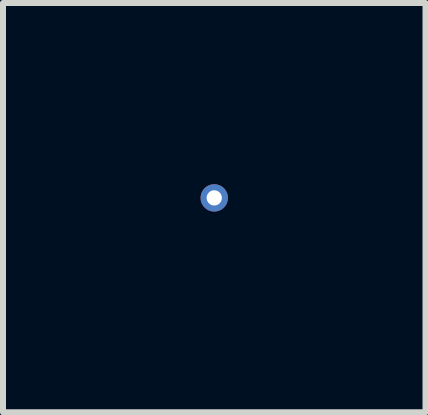
<source format=kicad_pcb>
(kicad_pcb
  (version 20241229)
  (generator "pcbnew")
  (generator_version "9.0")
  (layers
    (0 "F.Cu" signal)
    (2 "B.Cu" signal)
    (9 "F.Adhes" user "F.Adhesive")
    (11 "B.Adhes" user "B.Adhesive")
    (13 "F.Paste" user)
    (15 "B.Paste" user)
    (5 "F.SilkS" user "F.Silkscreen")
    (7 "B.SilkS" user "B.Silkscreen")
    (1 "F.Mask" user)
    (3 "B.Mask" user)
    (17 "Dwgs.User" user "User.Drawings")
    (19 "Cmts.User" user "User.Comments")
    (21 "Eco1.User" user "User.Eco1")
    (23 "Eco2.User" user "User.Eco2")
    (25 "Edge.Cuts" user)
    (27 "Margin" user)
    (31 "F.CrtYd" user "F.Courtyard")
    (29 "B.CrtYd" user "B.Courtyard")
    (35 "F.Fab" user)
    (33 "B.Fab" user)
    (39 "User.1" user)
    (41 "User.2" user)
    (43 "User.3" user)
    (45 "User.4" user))
  (footprint "via-18-10"
    (layer "F.Cu")
    (at 0.523 0.25)
    (property "Reference" "via-18-10" (at 0 0.5 0) (layer "F.SilkS") (effects (font (size 0.127 0.127) (thickness 0.000254))))
    (attr through_hole)
    (pad "" thru_hole circle (at 0 0) (size 0.457 0.457) (drill 0.254) (layers "*.Cu")))
  (gr_rect
    (start -3 -3)
    (end 4.046 3.825)
    (stroke (width 0.1) (type default))
    (fill no)
    (layer "Edge.Cuts")))
</source>
